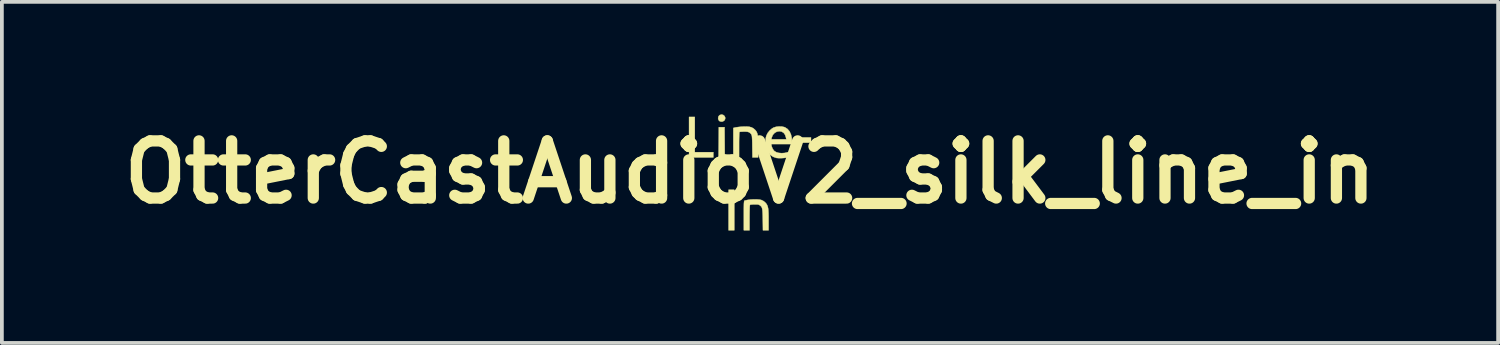
<source format=kicad_pcb>
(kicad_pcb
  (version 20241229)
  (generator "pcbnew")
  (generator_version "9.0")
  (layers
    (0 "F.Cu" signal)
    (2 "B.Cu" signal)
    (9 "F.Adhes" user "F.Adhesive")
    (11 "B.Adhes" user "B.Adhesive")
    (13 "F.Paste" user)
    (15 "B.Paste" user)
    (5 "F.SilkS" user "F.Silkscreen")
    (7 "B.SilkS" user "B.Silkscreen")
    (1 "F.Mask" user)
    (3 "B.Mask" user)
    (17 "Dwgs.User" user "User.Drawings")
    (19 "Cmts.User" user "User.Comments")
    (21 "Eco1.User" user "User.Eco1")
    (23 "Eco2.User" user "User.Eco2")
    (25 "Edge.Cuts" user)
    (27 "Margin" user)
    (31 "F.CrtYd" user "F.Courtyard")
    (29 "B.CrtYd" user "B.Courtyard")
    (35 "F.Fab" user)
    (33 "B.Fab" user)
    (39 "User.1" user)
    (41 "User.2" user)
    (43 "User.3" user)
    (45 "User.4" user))
  (footprint "OtterCastAudioV2_silk_line_in"
    (layer "F.Cu")
    (at 16.953 1.542)
    (property "Reference" "OtterCastAudioV2_silk_line_in" (at 0 0 0) (layer "F.SilkS") (effects (font (size 1.524 1.524) (thickness 0.3))))
    (attr through_hole)
    (fp_poly (pts (xy -0.419 1.549) (xy -0.572 1.549) (xy -0.572 0.47) (xy -0.419 0.47) (xy -0.419 1.549)) (stroke (width 0.01) (type solid)) (fill yes) (layer "F.SilkS"))
    (fp_poly (pts (xy 1.626 -0.787) (xy 1.232 -0.787) (xy 1.232 -0.927) (xy 1.626 -0.927) (xy 1.626 -0.787)) (stroke (width 0.01) (type solid)) (fill yes) (layer "F.SilkS"))
    (fp_poly (pts (xy -0.673 -0.394) (xy -0.839 -0.394) (xy -0.835 -0.797) (xy -0.832 -1.2) (xy -0.679 -1.2) (xy -0.673 -0.394)) (stroke (width 0.01) (type solid)) (fill yes) (layer "F.SilkS"))
    (fp_poly (pts (xy -1.473 -0.533) (xy -0.978 -0.533) (xy -0.978 -0.394) (xy -1.626 -0.394) (xy -1.626 -1.473) (xy -1.473 -1.473) (xy -1.473 -0.533)) (stroke (width 0.01) (type solid)) (fill yes) (layer "F.SilkS"))
    (fp_poly (pts (xy -0.714 -1.526) (xy -0.681 -1.499) (xy -0.663 -1.462) (xy -0.663 -1.42) (xy -0.682 -1.382) (xy -0.69 -1.374) (xy -0.73 -1.351) (xy -0.774 -1.348) (xy -0.815 -1.363) (xy -0.826 -1.372) (xy -0.846 -1.408) (xy -0.851 -1.441) (xy -0.84 -1.489) (xy -0.811 -1.522) (xy -0.766 -1.536) (xy -0.758 -1.537) (xy -0.714 -1.526)) (stroke (width 0.01) (type solid)) (fill yes) (layer "F.SilkS"))
    (fp_poly (pts (xy -0.018 -1.211) (xy 0.04 -1.195) (xy 0.089 -1.169) (xy 0.132 -1.132) (xy 0.157 -1.104) (xy 0.176 -1.075) (xy 0.191 -1.042) (xy 0.202 -1) (xy 0.209 -0.947) (xy 0.213 -0.879) (xy 0.215 -0.793) (xy 0.216 -0.685) (xy 0.216 -0.677) (xy 0.216 -0.394) (xy 0.065 -0.394) (xy 0.061 -0.683) (xy 0.06 -0.779) (xy 0.058 -0.852) (xy 0.055 -0.907) (xy 0.052 -0.946) (xy 0.048 -0.974) (xy 0.042 -0.993) (xy 0.035 -1.007) (xy 0.035 -1.007) (xy 0.007 -1.042) (xy -0.026 -1.065) (xy -0.069 -1.078) (xy -0.128 -1.082) (xy -0.16 -1.082) (xy -0.211 -1.08) (xy -0.252 -1.078) (xy -0.276 -1.074) (xy -0.28 -1.073) (xy -0.284 -1.058) (xy -0.287 -1.02) (xy -0.289 -0.962) (xy -0.291 -0.885) (xy -0.292 -0.792) (xy -0.292 -0.73) (xy -0.292 -0.394) (xy -0.445 -0.394) (xy -0.445 -1.179) (xy -0.384 -1.194) (xy -0.346 -1.2) (xy -0.291 -1.207) (xy -0.227 -1.213) (xy -0.183 -1.215) (xy -0.09 -1.217) (xy -0.018 -1.211)) (stroke (width 0.01) (type solid)) (fill yes) (layer "F.SilkS"))
    (fp_poly (pts (xy 0.185 0.726) (xy 0.258 0.732) (xy 0.308 0.744) (xy 0.364 0.773) (xy 0.411 0.813) (xy 0.437 0.844) (xy 0.456 0.876) (xy 0.471 0.914) (xy 0.482 0.96) (xy 0.489 1.019) (xy 0.493 1.093) (xy 0.495 1.187) (xy 0.495 1.272) (xy 0.495 1.549) (xy 0.345 1.549) (xy 0.341 1.267) (xy 0.339 1.166) (xy 0.336 1.087) (xy 0.332 1.027) (xy 0.326 0.982) (xy 0.317 0.949) (xy 0.305 0.924) (xy 0.288 0.905) (xy 0.267 0.887) (xy 0.263 0.884) (xy 0.24 0.87) (xy 0.214 0.862) (xy 0.177 0.859) (xy 0.121 0.859) (xy 0.12 0.859) (xy 0.07 0.861) (xy 0.029 0.864) (xy 0.004 0.868) (xy 0.001 0.869) (xy -0.004 0.885) (xy -0.008 0.926) (xy -0.01 0.992) (xy -0.012 1.083) (xy -0.013 1.199) (xy -0.013 1.214) (xy -0.013 1.549) (xy -0.165 1.549) (xy -0.165 1.157) (xy -0.165 1.046) (xy -0.165 0.958) (xy -0.164 0.89) (xy -0.163 0.84) (xy -0.16 0.805) (xy -0.157 0.781) (xy -0.154 0.767) (xy -0.148 0.76) (xy -0.143 0.757) (xy -0.07 0.741) (xy 0.014 0.73) (xy 0.101 0.725) (xy 0.185 0.726)) (stroke (width 0.01) (type solid)) (fill yes) (layer "F.SilkS"))
    (fp_poly (pts (xy 0.849 -1.217) (xy 0.917 -1.202) (xy 0.934 -1.195) (xy 1 -1.152) (xy 1.053 -1.089) (xy 1.091 -1.008) (xy 1.112 -0.914) (xy 1.118 -0.834) (xy 1.118 -0.749) (xy 0.572 -0.749) (xy 0.572 -0.721) (xy 0.58 -0.681) (xy 0.6 -0.633) (xy 0.627 -0.589) (xy 0.649 -0.564) (xy 0.7 -0.533) (xy 0.767 -0.514) (xy 0.845 -0.507) (xy 0.925 -0.513) (xy 0.983 -0.526) (xy 1.02 -0.536) (xy 1.041 -0.535) (xy 1.051 -0.518) (xy 1.056 -0.482) (xy 1.057 -0.465) (xy 1.057 -0.433) (xy 1.049 -0.416) (xy 1.025 -0.403) (xy 1.01 -0.398) (xy 0.961 -0.386) (xy 0.896 -0.378) (xy 0.826 -0.374) (xy 0.758 -0.375) (xy 0.704 -0.38) (xy 0.7 -0.381) (xy 0.613 -0.412) (xy 0.538 -0.464) (xy 0.477 -0.533) (xy 0.435 -0.616) (xy 0.435 -0.616) (xy 0.42 -0.68) (xy 0.413 -0.759) (xy 0.414 -0.842) (xy 0.418 -0.876) (xy 0.569 -0.876) (xy 0.968 -0.876) (xy 0.959 -0.923) (xy 0.936 -0.995) (xy 0.898 -1.048) (xy 0.846 -1.081) (xy 0.783 -1.092) (xy 0.715 -1.08) (xy 0.656 -1.047) (xy 0.61 -0.996) (xy 0.581 -0.93) (xy 0.578 -0.918) (xy 0.569 -0.876) (xy 0.418 -0.876) (xy 0.422 -0.919) (xy 0.436 -0.974) (xy 0.472 -1.046) (xy 0.525 -1.112) (xy 0.588 -1.166) (xy 0.628 -1.189) (xy 0.694 -1.21) (xy 0.771 -1.219) (xy 0.849 -1.217)) (stroke (width 0.01) (type solid)) (fill yes) (layer "F.SilkS")))
  (gr_rect
    (start -3 -3)
    (end 36.905 6.096)
    (stroke (width 0.1) (type default))
    (fill no)
    (layer "Edge.Cuts")))
</source>
